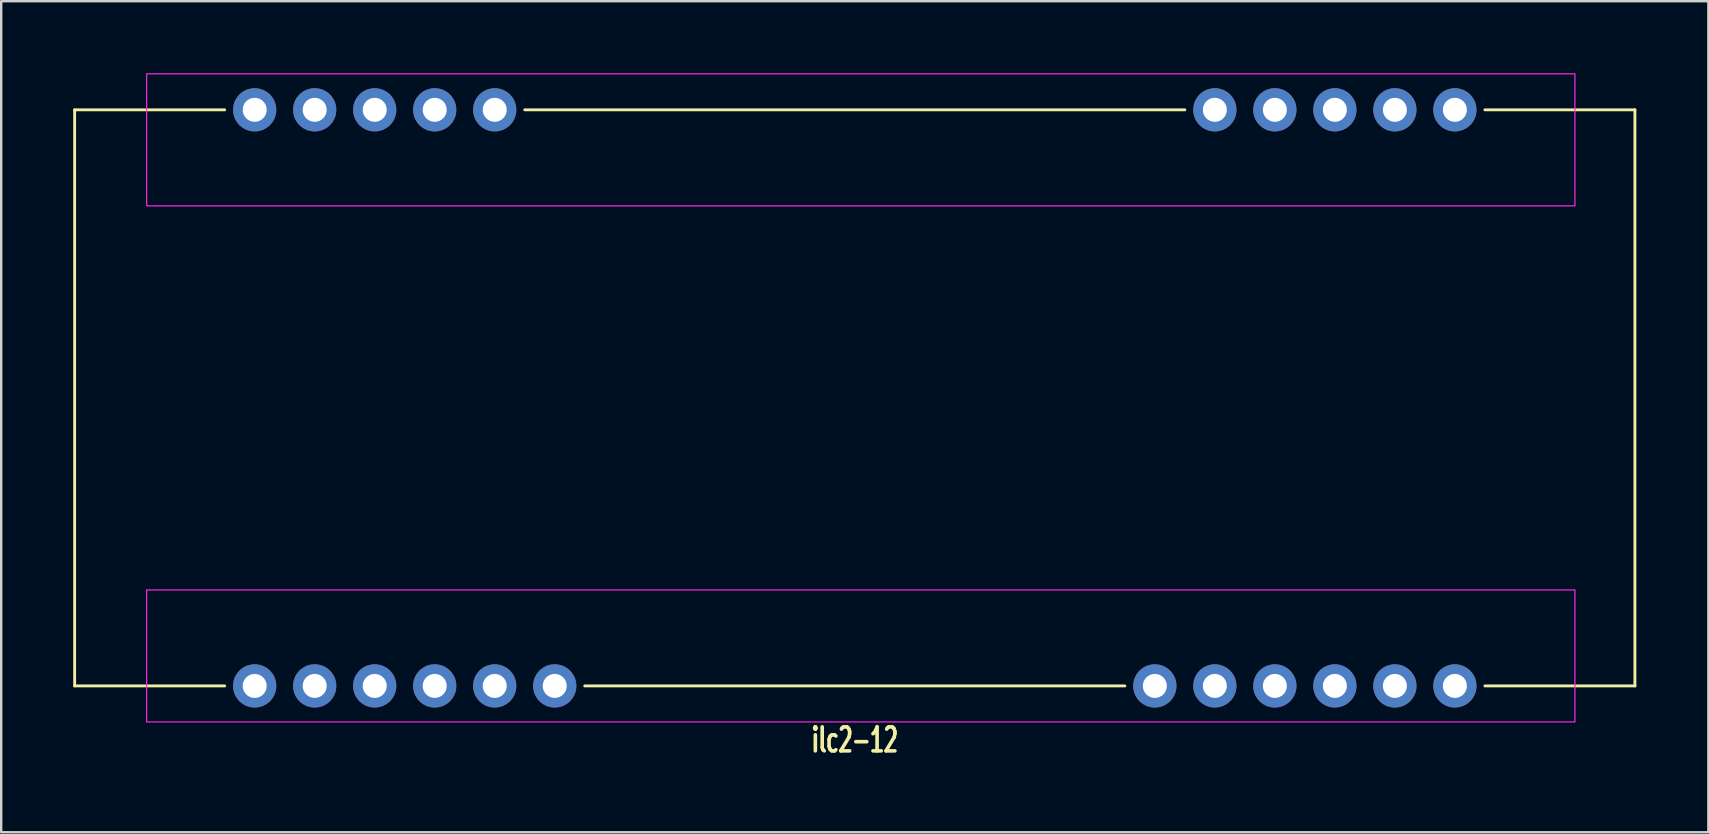
<source format=kicad_pcb>
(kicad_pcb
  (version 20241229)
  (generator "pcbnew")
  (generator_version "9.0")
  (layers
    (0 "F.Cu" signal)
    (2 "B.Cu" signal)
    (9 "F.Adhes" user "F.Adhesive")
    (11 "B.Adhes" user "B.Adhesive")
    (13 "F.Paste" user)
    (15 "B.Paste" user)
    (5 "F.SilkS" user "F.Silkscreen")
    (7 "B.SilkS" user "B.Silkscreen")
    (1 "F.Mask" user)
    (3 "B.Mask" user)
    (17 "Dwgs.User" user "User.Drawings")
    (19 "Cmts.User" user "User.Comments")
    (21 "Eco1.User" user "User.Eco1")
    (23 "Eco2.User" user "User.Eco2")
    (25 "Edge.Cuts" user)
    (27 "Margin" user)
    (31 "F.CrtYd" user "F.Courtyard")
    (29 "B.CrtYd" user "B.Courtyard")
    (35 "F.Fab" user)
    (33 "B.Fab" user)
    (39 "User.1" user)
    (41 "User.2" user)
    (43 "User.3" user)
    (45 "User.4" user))
  (footprint "ilc2-12"
    (layer "F.Cu")
    (at 32.56 13.525)
    (property "Reference" "ilc2-12" (at 0 14.25 0) (layer "F.SilkS") (effects (font (size 1 0.6) (thickness 0.15))))
    (attr through_hole)
    (fp_line (start -32.5 -12) (end -32.5 12) (stroke (width 0.12) (type solid)) (layer "F.SilkS"))
    (fp_line (start -32.5 12) (end -26.25 12) (stroke (width 0.12) (type solid)) (layer "F.SilkS"))
    (fp_line (start -26.25 -12) (end -32.5 -12) (stroke (width 0.12) (type solid)) (layer "F.SilkS"))
    (fp_line (start -11.25 12) (end 11.25 12) (stroke (width 0.12) (type solid)) (layer "F.SilkS"))
    (fp_line (start 13.75 -12) (end -13.75 -12) (stroke (width 0.12) (type solid)) (layer "F.SilkS"))
    (fp_line (start 26.25 12) (end 32.5 12) (stroke (width 0.12) (type solid)) (layer "F.SilkS"))
    (fp_line (start 32.5 -12) (end 26.25 -12) (stroke (width 0.12) (type solid)) (layer "F.SilkS"))
    (fp_line (start 32.5 12) (end 32.5 -12) (stroke (width 0.12) (type solid)) (layer "F.SilkS"))
    (fp_rect (start -29.5 -13.5) (end 30 -8) (stroke (width 0.05) (type default)) (fill no) (layer "F.CrtYd"))
    (fp_rect (start -29.5 8) (end 30 13.5) (stroke (width 0.05) (type default)) (fill no) (layer "F.CrtYd"))
    (pad "1" thru_hole circle (at -25 -12) (size 1.8 1.8) (drill 1) (layers "*.Cu" "*.Mask"))
    (pad "2" thru_hole circle (at -22.5 -12) (size 1.8 1.8) (drill 1) (layers "*.Cu" "*.Mask"))
    (pad "3" thru_hole circle (at -20 -12) (size 1.8 1.8) (drill 1) (layers "*.Cu" "*.Mask"))
    (pad "4" thru_hole circle (at -17.5 -12) (size 1.8 1.8) (drill 1) (layers "*.Cu" "*.Mask"))
    (pad "5" thru_hole circle (at -15 -12) (size 1.8 1.8) (drill 1) (layers "*.Cu" "*.Mask"))
    (pad "6" thru_hole circle (at 15 -12) (size 1.8 1.8) (drill 1) (layers "*.Cu" "*.Mask"))
    (pad "7" thru_hole circle (at 17.5 -12) (size 1.8 1.8) (drill 1) (layers "*.Cu" "*.Mask"))
    (pad "8" thru_hole circle (at 20 -12) (size 1.8 1.8) (drill 1) (layers "*.Cu" "*.Mask"))
    (pad "9" thru_hole circle (at 22.5 -12) (size 1.8 1.8) (drill 1) (layers "*.Cu" "*.Mask"))
    (pad "10" thru_hole circle (at 25 -12) (size 1.8 1.8) (drill 1) (layers "*.Cu" "*.Mask"))
    (pad "11" thru_hole circle (at 25 12) (size 1.8 1.8) (drill 1) (layers "*.Cu" "*.Mask"))
    (pad "12" thru_hole circle (at 22.5 12) (size 1.8 1.8) (drill 1) (layers "*.Cu" "*.Mask"))
    (pad "13" thru_hole circle (at 20 12) (size 1.8 1.8) (drill 1) (layers "*.Cu" "*.Mask"))
    (pad "14" thru_hole circle (at 17.5 12) (size 1.8 1.8) (drill 1) (layers "*.Cu" "*.Mask"))
    (pad "15" thru_hole circle (at 15 12) (size 1.8 1.8) (drill 1) (layers "*.Cu" "*.Mask"))
    (pad "16" thru_hole circle (at 12.5 12) (size 1.8 1.8) (drill 1) (layers "*.Cu" "*.Mask"))
    (pad "17" thru_hole circle (at -12.5 12) (size 1.8 1.8) (drill 1) (layers "*.Cu" "*.Mask"))
    (pad "18" thru_hole circle (at -15 12) (size 1.8 1.8) (drill 1) (layers "*.Cu" "*.Mask"))
    (pad "19" thru_hole circle (at -17.5 12) (size 1.8 1.8) (drill 1) (layers "*.Cu" "*.Mask"))
    (pad "20" thru_hole circle (at -20 12) (size 1.8 1.8) (drill 1) (layers "*.Cu" "*.Mask"))
    (pad "21" thru_hole circle (at -22.5 12) (size 1.8 1.8) (drill 1) (layers "*.Cu" "*.Mask"))
    (pad "22" thru_hole circle (at -25 12) (size 1.8 1.8) (drill 1) (layers "*.Cu" "*.Mask")))
  (gr_rect
    (start -3 -3)
    (end 68.12 31.623)
    (stroke (width 0.1) (type default))
    (fill no)
    (layer "Edge.Cuts")))
</source>
